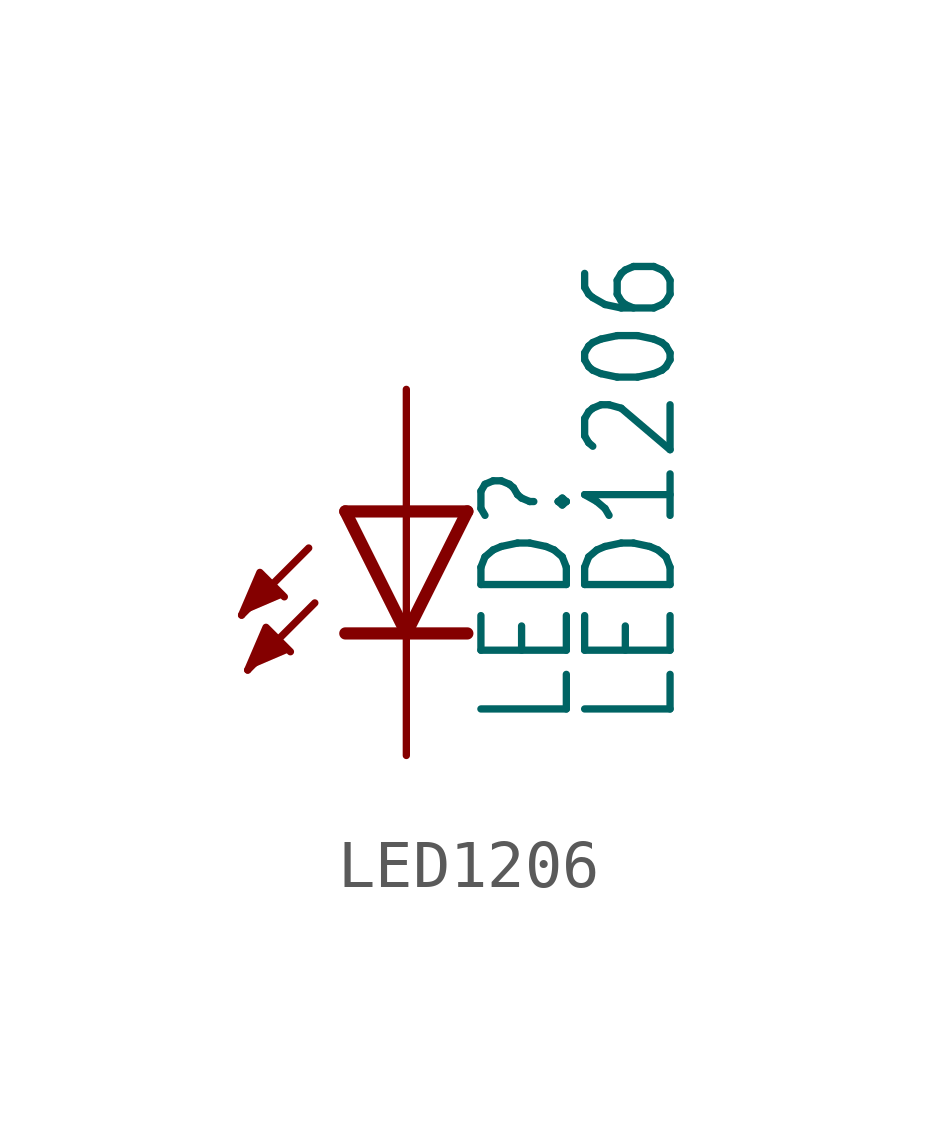
<source format=kicad_sym>
(kicad_symbol_lib
  (version 20211014)
  (generator kicad_symbol_editor)
  (symbol "LED1206"
    (property "Reference" "LED"
      (at 3.556 -4.572 90)
      (effects (font (size 1.778 1.511)) (justify left bottom)))
    (property "Value" "LED1206"
      (at 5.715 -4.572 90)
      (effects (font (size 1.778 1.511)) (justify left bottom)))
    (property "ki_locked" ""
      (at 0 0 0)
      (effects (font (size 1.27 1.27))))
    (symbol "LED1206_1_0"
      (polyline (pts (xy -2.032 -0.762) (xy -3.429 -2.159)) (stroke (width 0.152) (type default) (color 0 0 0 0)) (fill (type none)))
      (polyline (pts (xy -1.905 -1.905) (xy -3.302 -3.302)) (stroke (width 0.152) (type default) (color 0 0 0 0)) (fill (type none)))
      (polyline (pts (xy 0 -2.54) (xy -1.27 -2.54)) (stroke (width 0.254) (type default) (color 0 0 0 0)) (fill (type none)))
      (polyline (pts (xy 0 -2.54) (xy -1.27 0)) (stroke (width 0.254) (type default) (color 0 0 0 0)) (fill (type none)))
      (polyline (pts (xy 0 0) (xy -1.27 0)) (stroke (width 0.254) (type default) (color 0 0 0 0)) (fill (type none)))
      (polyline (pts (xy 0 0) (xy 0 -2.54)) (stroke (width 0.152) (type default) (color 0 0 0 0)) (fill (type none)))
      (polyline (pts (xy 1.27 -2.54) (xy 0 -2.54)) (stroke (width 0.254) (type default) (color 0 0 0 0)) (fill (type none)))
      (polyline (pts (xy 1.27 0) (xy 0 -2.54)) (stroke (width 0.254) (type default) (color 0 0 0 0)) (fill (type none)))
      (polyline (pts (xy 1.27 0) (xy 0 0)) (stroke (width 0.254) (type default) (color 0 0 0 0)) (fill (type none)))
      (polyline (pts (xy -3.429 -2.159) (xy -3.048 -1.27) (xy -2.54 -1.778)) (stroke (width 0) (type default) (color 0 0 0 0)) (fill (type outline)))
      (polyline (pts (xy -3.302 -3.302) (xy -2.921 -2.413) (xy -2.413 -2.921)) (stroke (width 0) (type default) (color 0 0 0 0)) (fill (type outline)))
      (pin passive line (at 0 2.54 270) (length 2.54) (name "A" (effects (font (size 0 0)))) (number "A" (effects (font (size 0 0)))))
      (pin passive line (at 0 -5.08 90) (length 2.54) (name "C" (effects (font (size 0 0)))) (number "C" (effects (font (size 0 0))))))))
</source>
